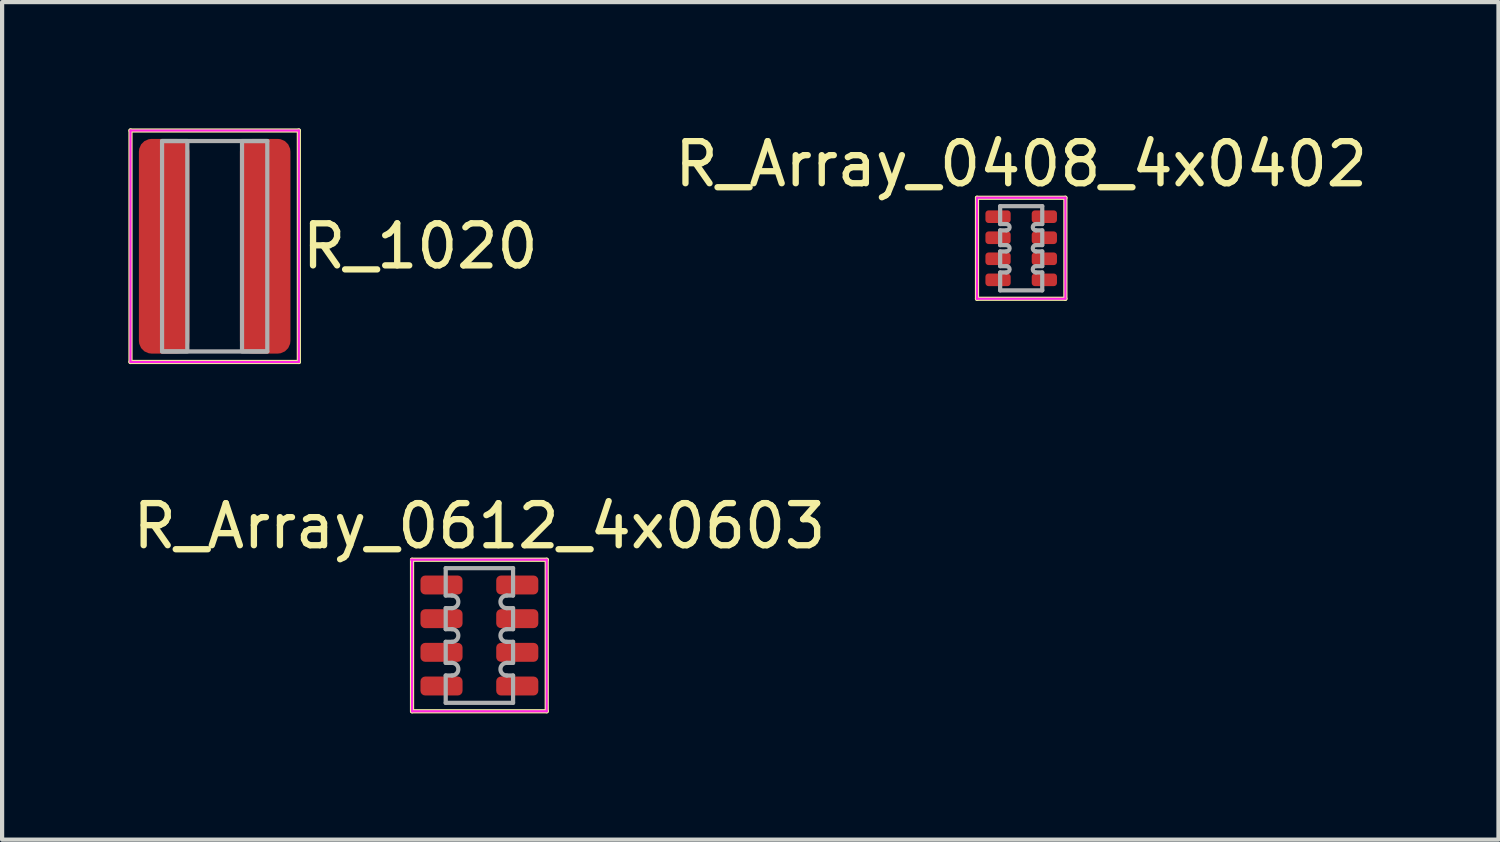
<source format=kicad_pcb>
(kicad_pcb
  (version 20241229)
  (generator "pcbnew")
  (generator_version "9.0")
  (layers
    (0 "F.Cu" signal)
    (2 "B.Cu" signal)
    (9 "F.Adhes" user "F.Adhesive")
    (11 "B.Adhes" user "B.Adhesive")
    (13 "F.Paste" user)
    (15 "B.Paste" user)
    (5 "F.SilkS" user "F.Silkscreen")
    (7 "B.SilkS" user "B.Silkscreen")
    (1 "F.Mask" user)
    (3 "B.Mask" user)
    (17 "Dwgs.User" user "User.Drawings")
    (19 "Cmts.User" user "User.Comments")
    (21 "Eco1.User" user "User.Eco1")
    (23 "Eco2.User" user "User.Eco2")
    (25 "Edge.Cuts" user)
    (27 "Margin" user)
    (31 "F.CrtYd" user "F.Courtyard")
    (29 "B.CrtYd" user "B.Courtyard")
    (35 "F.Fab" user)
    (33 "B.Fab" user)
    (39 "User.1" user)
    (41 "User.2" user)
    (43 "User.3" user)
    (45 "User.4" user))
  (footprint "R_Array_0612_4x0603"
    (layer "F.Cu")
    (at 8.339 12.048)
    (property "Reference" "R_Array_0612_4x0603" (at 0 -2.6 0) (layer "F.SilkS") (effects (font (size 1 1) (thickness 0.15))))
    (attr smd)
    (fp_line (start -1.6 -1.8) (end -1.6 1.8) (stroke (width 0.1) (type solid)) (layer "F.SilkS"))
    (fp_line (start -1.6 1.8) (end 1.6 1.8) (stroke (width 0.1) (type solid)) (layer "F.SilkS"))
    (fp_line (start 1.6 -1.8) (end -1.6 -1.8) (stroke (width 0.1) (type solid)) (layer "F.SilkS"))
    (fp_line (start 1.6 1.8) (end 1.6 -1.8) (stroke (width 0.1) (type solid)) (layer "F.SilkS"))
    (fp_line (start -1.625 -1.8) (end 1.6 -1.8) (stroke (width 0.05) (type solid)) (layer "F.CrtYd"))
    (fp_line (start -1.6 -1.8) (end -1.6 1.8) (stroke (width 0.05) (type solid)) (layer "F.CrtYd"))
    (fp_line (start 1.6 1.8) (end -1.6 1.8) (stroke (width 0.05) (type solid)) (layer "F.CrtYd"))
    (fp_line (start 1.6 1.8) (end 1.6 -1.8) (stroke (width 0.05) (type solid)) (layer "F.CrtYd"))
    (fp_line (start -0.8 -1.6) (end -0.8 -0.95) (stroke (width 0.1) (type solid)) (layer "F.Fab"))
    (fp_line (start -0.8 -1.6) (end 0.8 -1.6) (stroke (width 0.1) (type solid)) (layer "F.Fab"))
    (fp_line (start -0.8 -0.95) (end -0.65 -0.95) (stroke (width 0.1) (type solid)) (layer "F.Fab"))
    (fp_line (start -0.8 -0.65) (end -0.8 -0.15) (stroke (width 0.1) (type solid)) (layer "F.Fab"))
    (fp_line (start -0.8 -0.65) (end -0.65 -0.65) (stroke (width 0.1) (type solid)) (layer "F.Fab"))
    (fp_line (start -0.8 -0.15) (end -0.65 -0.15) (stroke (width 0.1) (type solid)) (layer "F.Fab"))
    (fp_line (start -0.8 0.15) (end -0.8 0.65) (stroke (width 0.1) (type solid)) (layer "F.Fab"))
    (fp_line (start -0.8 0.15) (end -0.65 0.15) (stroke (width 0.1) (type solid)) (layer "F.Fab"))
    (fp_line (start -0.8 0.65) (end -0.65 0.65) (stroke (width 0.1) (type solid)) (layer "F.Fab"))
    (fp_line (start -0.8 0.95) (end -0.8 1.6) (stroke (width 0.1) (type solid)) (layer "F.Fab"))
    (fp_line (start -0.8 0.95) (end -0.65 0.95) (stroke (width 0.1) (type solid)) (layer "F.Fab"))
    (fp_line (start 0.8 -0.95) (end 0.65 -0.95) (stroke (width 0.1) (type solid)) (layer "F.Fab"))
    (fp_line (start 0.8 -0.95) (end 0.8 -1.6) (stroke (width 0.1) (type solid)) (layer "F.Fab"))
    (fp_line (start 0.8 -0.65) (end 0.65 -0.65) (stroke (width 0.1) (type solid)) (layer "F.Fab"))
    (fp_line (start 0.8 -0.15) (end 0.65 -0.15) (stroke (width 0.1) (type solid)) (layer "F.Fab"))
    (fp_line (start 0.8 -0.15) (end 0.8 -0.65) (stroke (width 0.1) (type solid)) (layer "F.Fab"))
    (fp_line (start 0.8 0.15) (end 0.65 0.15) (stroke (width 0.1) (type solid)) (layer "F.Fab"))
    (fp_line (start 0.8 0.65) (end 0.65 0.65) (stroke (width 0.1) (type solid)) (layer "F.Fab"))
    (fp_line (start 0.8 0.65) (end 0.8 0.15) (stroke (width 0.1) (type solid)) (layer "F.Fab"))
    (fp_line (start 0.8 0.95) (end 0.65 0.95) (stroke (width 0.1) (type solid)) (layer "F.Fab"))
    (fp_line (start 0.8 1.6) (end -0.8 1.6) (stroke (width 0.1) (type solid)) (layer "F.Fab"))
    (fp_line (start 0.8 1.6) (end 0.8 0.95) (stroke (width 0.1) (type solid)) (layer "F.Fab"))
    (fp_arc (start -0.65 -0.95) (mid -0.5 -0.8) (end -0.65 -0.65) (stroke (width 0.1) (type solid)) (layer "F.Fab"))
    (fp_arc (start -0.65 -0.15) (mid -0.5 0) (end -0.65 0.15) (stroke (width 0.1) (type solid)) (layer "F.Fab"))
    (fp_arc (start -0.65 0.65) (mid -0.5 0.8) (end -0.65 0.95) (stroke (width 0.1) (type solid)) (layer "F.Fab"))
    (fp_arc (start 0.65 -0.65) (mid 0.5 -0.8) (end 0.65 -0.95) (stroke (width 0.1) (type solid)) (layer "F.Fab"))
    (fp_arc (start 0.65 0.15) (mid 0.5 0) (end 0.65 -0.15) (stroke (width 0.1) (type solid)) (layer "F.Fab"))
    (fp_arc (start 0.65 0.95) (mid 0.5 0.8) (end 0.65 0.65) (stroke (width 0.1) (type solid)) (layer "F.Fab"))
    (pad "1" smd roundrect (at -0.9 -1.2) (size 1 0.45) (layers "F.Cu" "F.Mask" "F.Paste") (roundrect_rratio 0.25))
    (pad "2" smd roundrect (at -0.9 -0.4) (size 1 0.45) (layers "F.Cu" "F.Mask" "F.Paste") (roundrect_rratio 0.25))
    (pad "3" smd roundrect (at -0.9 0.4) (size 1 0.45) (layers "F.Cu" "F.Mask" "F.Paste") (roundrect_rratio 0.25))
    (pad "4" smd roundrect (at -0.9 1.2) (size 1 0.45) (layers "F.Cu" "F.Mask" "F.Paste") (roundrect_rratio 0.25))
    (pad "5" smd roundrect (at 0.9 1.2) (size 1 0.45) (layers "F.Cu" "F.Mask" "F.Paste") (roundrect_rratio 0.25))
    (pad "6" smd roundrect (at 0.9 0.4) (size 1 0.45) (layers "F.Cu" "F.Mask" "F.Paste") (roundrect_rratio 0.25))
    (pad "7" smd roundrect (at 0.9 -0.4) (size 1 0.45) (layers "F.Cu" "F.Mask" "F.Paste") (roundrect_rratio 0.25))
    (pad "8" smd roundrect (at 0.9 -1.2) (size 1 0.45) (layers "F.Cu" "F.Mask" "F.Paste") (roundrect_rratio 0.25)))
  (footprint "R_Array_0408_4x0402"
    (layer "F.Cu")
    (at 21.211 2.848)
    (property "Reference" "R_Array_0408_4x0402" (at 0 -2 0) (layer "F.SilkS") (effects (font (size 1 1) (thickness 0.15))))
    (attr smd)
    (fp_line (start -1.05 1.2) (end -1.05 -1.2) (stroke (width 0.1) (type solid)) (layer "F.SilkS"))
    (fp_line (start -1.05 1.2) (end 1.05 1.2) (stroke (width 0.1) (type solid)) (layer "F.SilkS"))
    (fp_line (start 1.05 -1.2) (end -1.05 -1.2) (stroke (width 0.1) (type solid)) (layer "F.SilkS"))
    (fp_line (start 1.05 1.2) (end 1.05 -1.2) (stroke (width 0.1) (type solid)) (layer "F.SilkS"))
    (fp_line (start -1.05 -1.2) (end 1.05 -1.2) (stroke (width 0.05) (type solid)) (layer "F.CrtYd"))
    (fp_line (start -1.05 1.2) (end -1.05 -1.2) (stroke (width 0.05) (type solid)) (layer "F.CrtYd"))
    (fp_line (start 1.05 1.2) (end -1.05 1.2) (stroke (width 0.05) (type solid)) (layer "F.CrtYd"))
    (fp_line (start 1.05 1.2) (end 1.05 -1.2) (stroke (width 0.05) (type solid)) (layer "F.CrtYd"))
    (fp_line (start -0.5 -1) (end -0.5 -0.575) (stroke (width 0.1) (type solid)) (layer "F.Fab"))
    (fp_line (start -0.5 -0.575) (end -0.35 -0.575) (stroke (width 0.1) (type solid)) (layer "F.Fab"))
    (fp_line (start -0.5 -0.425) (end -0.5 -0.075) (stroke (width 0.1) (type solid)) (layer "F.Fab"))
    (fp_line (start -0.5 -0.425) (end -0.35 -0.425) (stroke (width 0.1) (type solid)) (layer "F.Fab"))
    (fp_line (start -0.5 -0.075) (end -0.35 -0.075) (stroke (width 0.1) (type solid)) (layer "F.Fab"))
    (fp_line (start -0.5 0.075) (end -0.5 0.425) (stroke (width 0.1) (type solid)) (layer "F.Fab"))
    (fp_line (start -0.5 0.075) (end -0.35 0.075) (stroke (width 0.1) (type solid)) (layer "F.Fab"))
    (fp_line (start -0.5 0.425) (end -0.35 0.425) (stroke (width 0.1) (type solid)) (layer "F.Fab"))
    (fp_line (start -0.5 0.575) (end -0.5 1) (stroke (width 0.1) (type solid)) (layer "F.Fab"))
    (fp_line (start -0.5 0.575) (end -0.35 0.575) (stroke (width 0.1) (type solid)) (layer "F.Fab"))
    (fp_line (start -0.5 1) (end 0.5 1) (stroke (width 0.1) (type solid)) (layer "F.Fab"))
    (fp_line (start 0.5 -1) (end -0.5 -1) (stroke (width 0.1) (type solid)) (layer "F.Fab"))
    (fp_line (start 0.5 -0.575) (end 0.35 -0.575) (stroke (width 0.1) (type solid)) (layer "F.Fab"))
    (fp_line (start 0.5 -0.575) (end 0.5 -1) (stroke (width 0.1) (type solid)) (layer "F.Fab"))
    (fp_line (start 0.5 -0.425) (end 0.35 -0.425) (stroke (width 0.1) (type solid)) (layer "F.Fab"))
    (fp_line (start 0.5 -0.075) (end 0.35 -0.075) (stroke (width 0.1) (type solid)) (layer "F.Fab"))
    (fp_line (start 0.5 -0.075) (end 0.5 -0.425) (stroke (width 0.1) (type solid)) (layer "F.Fab"))
    (fp_line (start 0.5 0.075) (end 0.35 0.075) (stroke (width 0.1) (type solid)) (layer "F.Fab"))
    (fp_line (start 0.5 0.425) (end 0.35 0.425) (stroke (width 0.1) (type solid)) (layer "F.Fab"))
    (fp_line (start 0.5 0.425) (end 0.5 0.075) (stroke (width 0.1) (type solid)) (layer "F.Fab"))
    (fp_line (start 0.5 0.575) (end 0.35 0.575) (stroke (width 0.1) (type solid)) (layer "F.Fab"))
    (fp_line (start 0.5 1) (end 0.5 0.575) (stroke (width 0.1) (type solid)) (layer "F.Fab"))
    (fp_arc (start -0.35 -0.575) (mid -0.275 -0.5) (end -0.35 -0.425) (stroke (width 0.1) (type solid)) (layer "F.Fab"))
    (fp_arc (start -0.35 -0.075) (mid -0.275 0) (end -0.35 0.075) (stroke (width 0.1) (type solid)) (layer "F.Fab"))
    (fp_arc (start -0.35 0.425) (mid -0.275 0.5) (end -0.35 0.575) (stroke (width 0.1) (type solid)) (layer "F.Fab"))
    (fp_arc (start 0.35 -0.425) (mid 0.275 -0.5) (end 0.35 -0.575) (stroke (width 0.1) (type solid)) (layer "F.Fab"))
    (fp_arc (start 0.35 0.075) (mid 0.275 0) (end 0.35 -0.075) (stroke (width 0.1) (type solid)) (layer "F.Fab"))
    (fp_arc (start 0.35 0.575) (mid 0.275 0.5) (end 0.35 0.425) (stroke (width 0.1) (type solid)) (layer "F.Fab"))
    (pad "1" smd roundrect (at -0.55 -0.75) (size 0.6 0.3) (layers "F.Cu" "F.Mask" "F.Paste") (roundrect_rratio 0.25))
    (pad "2" smd roundrect (at -0.55 -0.25) (size 0.6 0.3) (layers "F.Cu" "F.Mask" "F.Paste") (roundrect_rratio 0.25))
    (pad "3" smd roundrect (at -0.55 0.25) (size 0.6 0.3) (layers "F.Cu" "F.Mask" "F.Paste") (roundrect_rratio 0.25))
    (pad "4" smd roundrect (at -0.55 0.75) (size 0.6 0.3) (layers "F.Cu" "F.Mask" "F.Paste") (roundrect_rratio 0.25))
    (pad "5" smd roundrect (at 0.55 0.75) (size 0.6 0.3) (layers "F.Cu" "F.Mask" "F.Paste") (roundrect_rratio 0.25))
    (pad "6" smd roundrect (at 0.55 0.25) (size 0.6 0.3) (layers "F.Cu" "F.Mask" "F.Paste") (roundrect_rratio 0.25))
    (pad "7" smd roundrect (at 0.55 -0.25) (size 0.6 0.3) (layers "F.Cu" "F.Mask" "F.Paste") (roundrect_rratio 0.25))
    (pad "8" smd roundrect (at 0.55 -0.75) (size 0.6 0.3) (layers "F.Cu" "F.Mask" "F.Paste") (roundrect_rratio 0.25)))
  (footprint "R_1020"
    (layer "F.Cu")
    (at 2.05 2.8)
    (property "Reference" "R_1020" (at 2 0 0) (layer "F.SilkS") (effects (font (size 1 1) (thickness 0.15)) (justify left)))
    (attr smd)
    (fp_line (start -2 -2.75) (end 2 -2.75) (stroke (width 0.1) (type solid)) (layer "F.SilkS"))
    (fp_line (start -2 2.75) (end -2 -2.75) (stroke (width 0.1) (type solid)) (layer "F.SilkS"))
    (fp_line (start 2 -2.75) (end 2 2.75) (stroke (width 0.1) (type solid)) (layer "F.SilkS"))
    (fp_line (start 2 2.75) (end -2 2.75) (stroke (width 0.1) (type solid)) (layer "F.SilkS"))
    (fp_line (start -2 -2.75) (end 2 -2.75) (stroke (width 0.05) (type solid)) (layer "F.CrtYd"))
    (fp_line (start -2 2.75) (end -2 -2.75) (stroke (width 0.05) (type solid)) (layer "F.CrtYd"))
    (fp_line (start 2 -2.75) (end 2 2.75) (stroke (width 0.05) (type solid)) (layer "F.CrtYd"))
    (fp_line (start 2 2.75) (end -2 2.75) (stroke (width 0.05) (type solid)) (layer "F.CrtYd"))
    (fp_line (start -1.25 -2.5) (end 1.25 -2.5) (stroke (width 0.1) (type solid)) (layer "F.Fab"))
    (fp_line (start -1.25 2.5) (end 1.25 2.5) (stroke (width 0.1) (type solid)) (layer "F.Fab"))
    (fp_poly (pts (xy -0.65 2.5) (xy -1.25 2.5) (xy -1.25 -2.5) (xy -0.65 -2.5)) (stroke (width 0.1) (type solid)) (fill no) (layer "F.Fab"))
    (fp_poly (pts (xy 1.25 2.5) (xy 0.65 2.5) (xy 0.65 -2.5) (xy 1.25 -2.5)) (stroke (width 0.1) (type solid)) (fill no) (layer "F.Fab"))
    (pad "1" smd roundrect (at -1.2 0) (size 1.2 5.1) (layers "F.Cu" "F.Mask" "F.Paste") (roundrect_rratio 0.25))
    (pad "2" smd roundrect (at 1.2 0) (size 1.2 5.1) (layers "F.Cu" "F.Mask" "F.Paste") (roundrect_rratio 0.25)))
  (gr_rect
    (start -3 -3)
    (end 32.55 16.898)
    (stroke (width 0.1) (type default))
    (fill no)
    (layer "Edge.Cuts")))
</source>
